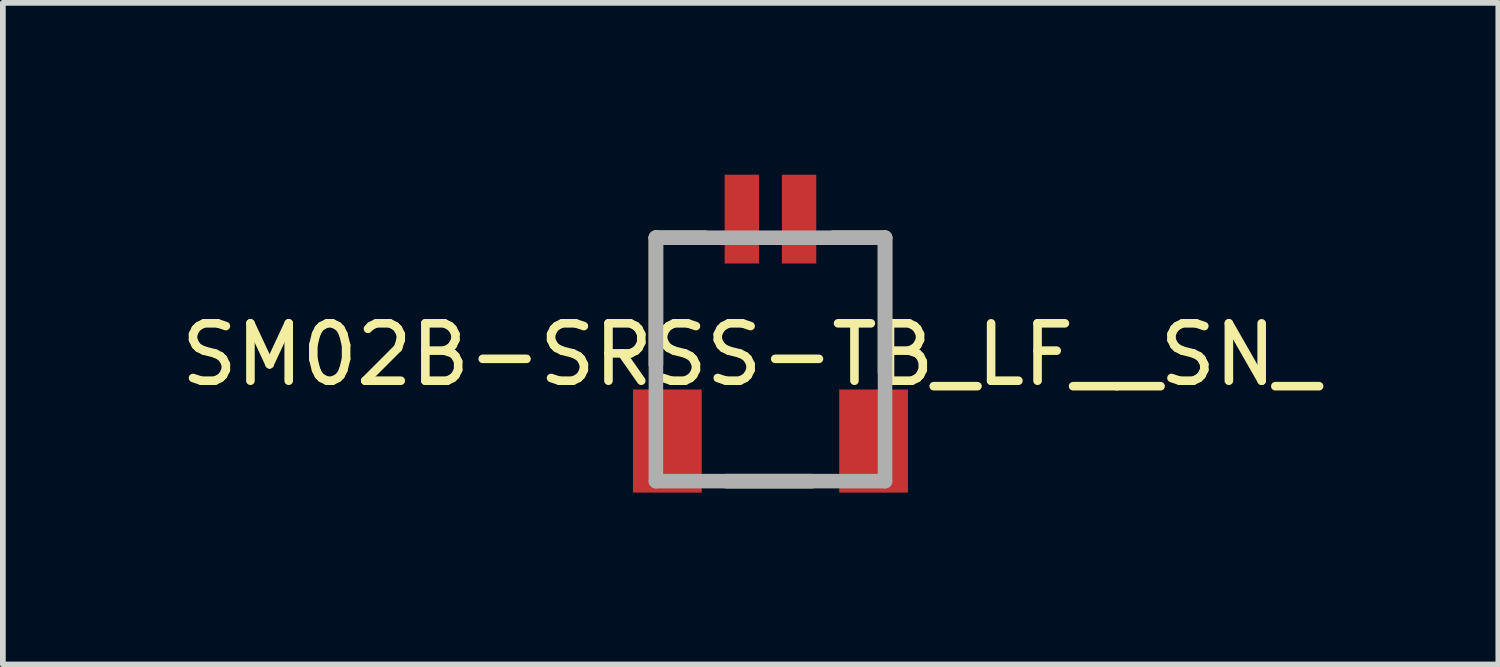
<source format=kicad_pcb>
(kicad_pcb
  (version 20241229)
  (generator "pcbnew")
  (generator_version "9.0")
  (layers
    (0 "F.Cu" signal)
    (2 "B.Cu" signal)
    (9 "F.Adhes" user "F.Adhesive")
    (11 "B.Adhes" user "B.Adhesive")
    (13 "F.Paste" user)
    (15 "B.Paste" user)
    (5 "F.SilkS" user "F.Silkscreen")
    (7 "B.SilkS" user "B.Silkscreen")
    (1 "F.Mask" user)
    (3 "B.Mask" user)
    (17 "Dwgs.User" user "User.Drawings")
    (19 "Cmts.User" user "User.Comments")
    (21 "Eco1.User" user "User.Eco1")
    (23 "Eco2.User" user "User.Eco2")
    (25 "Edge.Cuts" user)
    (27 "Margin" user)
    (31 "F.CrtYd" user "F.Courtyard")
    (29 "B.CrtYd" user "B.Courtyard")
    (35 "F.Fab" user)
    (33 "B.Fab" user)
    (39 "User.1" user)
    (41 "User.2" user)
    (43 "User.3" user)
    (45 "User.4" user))
  (footprint "SM02B-SRSS-TB_LF__SN_"
    (layer "F.Cu")
    (at 10.401 2.75)
    (property "Reference" "SM02B-SRSS-TB_LF__SN_" (at -0.347 0.391 0) (layer "F.SilkS") (effects (font (size 1.002 1.002) (thickness 0.15))))
    (attr smd)
    (fp_line (start -2 -1.65) (end -2 0.563) (stroke (width 0.254) (type solid)) (layer "F.SilkS"))
    (fp_line (start -2 -1.65) (end -1.145 -1.65) (stroke (width 0.254) (type solid)) (layer "F.SilkS"))
    (fp_line (start -0.767 2.6) (end 0.722 2.6) (stroke (width 0.254) (type solid)) (layer "F.SilkS"))
    (fp_line (start 2 -1.65) (end 1.1 -1.65) (stroke (width 0.254) (type solid)) (layer "F.SilkS"))
    (fp_line (start 2 -1.65) (end 2 0.697) (stroke (width 0.254) (type solid)) (layer "F.SilkS"))
    (fp_line (start -2 -1.65) (end 2 -1.65) (stroke (width 0.254) (type solid)) (layer "F.Fab"))
    (fp_line (start -2 2.6) (end -2 -1.65) (stroke (width 0.254) (type solid)) (layer "F.Fab"))
    (fp_line (start 2 -1.65) (end 2 2.6) (stroke (width 0.254) (type solid)) (layer "F.Fab"))
    (fp_line (start 2 2.6) (end -2 2.6) (stroke (width 0.254) (type solid)) (layer "F.Fab"))
    (pad "1" smd rect (at -0.5 -1.975) (size 0.6 1.55) (layers "F.Cu" "F.Mask" "F.Paste"))
    (pad "2" smd rect (at 0.5 -1.975) (size 0.6 1.55) (layers "F.Cu" "F.Mask" "F.Paste"))
    (pad "3" smd rect (at -1.8 1.9) (size 1.2 1.8) (layers "F.Cu" "F.Mask" "F.Paste"))
    (pad "4" smd rect (at 1.8 1.9) (size 1.2 1.8) (layers "F.Cu" "F.Mask" "F.Paste")))
  (gr_rect
    (start -3 -3)
    (end 23.108 8.55)
    (stroke (width 0.1) (type default))
    (fill no)
    (layer "Edge.Cuts")))
</source>
